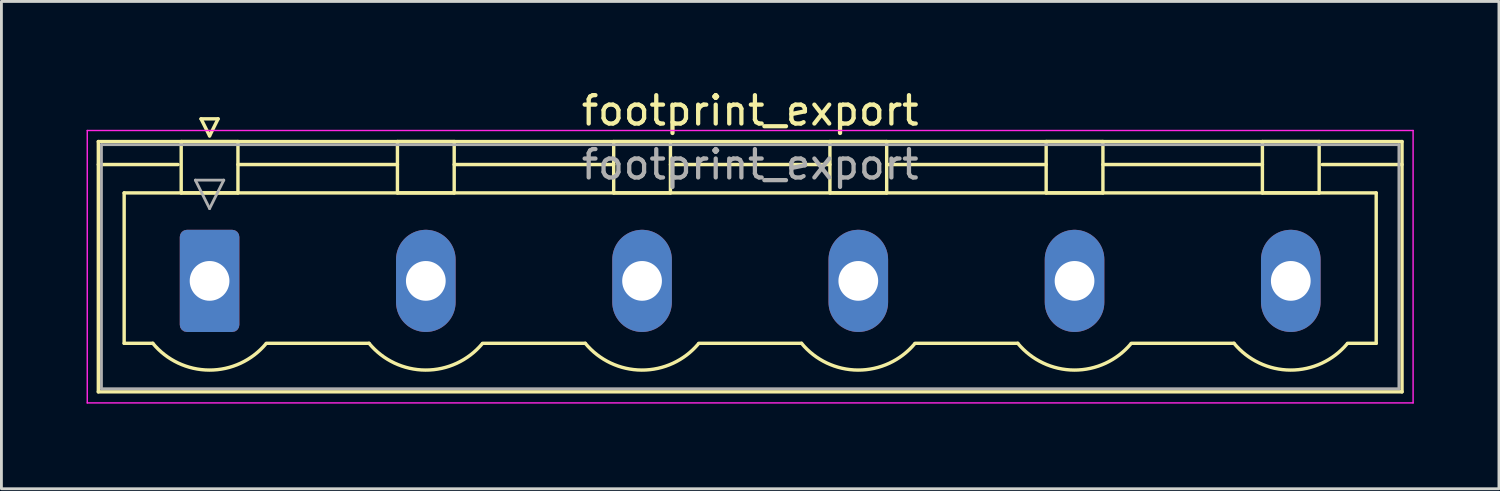
<source format=kicad_pcb>
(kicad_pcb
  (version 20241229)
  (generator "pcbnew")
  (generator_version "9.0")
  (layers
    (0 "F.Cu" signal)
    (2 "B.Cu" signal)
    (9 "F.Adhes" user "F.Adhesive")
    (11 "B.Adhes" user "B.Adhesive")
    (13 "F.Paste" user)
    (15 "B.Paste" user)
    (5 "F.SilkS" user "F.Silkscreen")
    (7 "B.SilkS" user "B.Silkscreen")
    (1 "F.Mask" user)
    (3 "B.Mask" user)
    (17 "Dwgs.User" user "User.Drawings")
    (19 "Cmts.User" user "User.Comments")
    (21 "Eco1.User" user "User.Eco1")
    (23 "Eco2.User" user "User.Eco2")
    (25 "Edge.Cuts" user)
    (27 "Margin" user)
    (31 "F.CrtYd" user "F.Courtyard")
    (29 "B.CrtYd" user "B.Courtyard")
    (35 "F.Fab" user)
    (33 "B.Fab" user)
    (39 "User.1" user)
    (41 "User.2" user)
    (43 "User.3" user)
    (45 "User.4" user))
  (footprint "footprint_export"
    (layer "F.Cu")
    (at 4.335 6.848)
    (property "Reference" "footprint_export" (at 19.05 -6 0) (layer "F.SilkS") (effects (font (size 1 1) (thickness 0.15))))
    (attr through_hole)
    (fp_line (start -3.92 -4.91) (end -3.92 3.91) (stroke (width 0.12) (type solid)) (layer "F.SilkS"))
    (fp_line (start -3.92 -4.1) (end -1.11 -4.1) (stroke (width 0.12) (type solid)) (layer "F.SilkS"))
    (fp_line (start -3.92 3.91) (end 42.02 3.91) (stroke (width 0.12) (type solid)) (layer "F.SilkS"))
    (fp_line (start -3.01 -3.1) (end 41.11 -3.1) (stroke (width 0.12) (type solid)) (layer "F.SilkS"))
    (fp_line (start -3.01 2.2) (end -3.01 -3.1) (stroke (width 0.12) (type solid)) (layer "F.SilkS"))
    (fp_line (start -2 2.2) (end -3.01 2.2) (stroke (width 0.12) (type solid)) (layer "F.SilkS"))
    (fp_line (start -1 -4.91) (end 1 -4.91) (stroke (width 0.12) (type solid)) (layer "F.SilkS"))
    (fp_line (start -1 -3.1) (end -1 -4.91) (stroke (width 0.12) (type solid)) (layer "F.SilkS"))
    (fp_line (start -0.3 -5.71) (end 0.3 -5.71) (stroke (width 0.12) (type solid)) (layer "F.SilkS"))
    (fp_line (start 0 -5.11) (end -0.3 -5.71) (stroke (width 0.12) (type solid)) (layer "F.SilkS"))
    (fp_line (start 0.3 -5.71) (end 0 -5.11) (stroke (width 0.12) (type solid)) (layer "F.SilkS"))
    (fp_line (start 1 -4.91) (end 1 -3.1) (stroke (width 0.12) (type solid)) (layer "F.SilkS"))
    (fp_line (start 1 -4.1) (end 6.62 -4.1) (stroke (width 0.12) (type solid)) (layer "F.SilkS"))
    (fp_line (start 1 -3.1) (end -1 -3.1) (stroke (width 0.12) (type solid)) (layer "F.SilkS"))
    (fp_line (start 2 2.2) (end 5.62 2.2) (stroke (width 0.12) (type solid)) (layer "F.SilkS"))
    (fp_line (start 6.62 -4.91) (end 8.62 -4.91) (stroke (width 0.12) (type solid)) (layer "F.SilkS"))
    (fp_line (start 6.62 -3.1) (end 6.62 -4.91) (stroke (width 0.12) (type solid)) (layer "F.SilkS"))
    (fp_line (start 8.62 -4.91) (end 8.62 -3.1) (stroke (width 0.12) (type solid)) (layer "F.SilkS"))
    (fp_line (start 8.62 -4.1) (end 14.24 -4.1) (stroke (width 0.12) (type solid)) (layer "F.SilkS"))
    (fp_line (start 8.62 -3.1) (end 6.62 -3.1) (stroke (width 0.12) (type solid)) (layer "F.SilkS"))
    (fp_line (start 9.62 2.2) (end 13.24 2.2) (stroke (width 0.12) (type solid)) (layer "F.SilkS"))
    (fp_line (start 14.24 -4.91) (end 16.24 -4.91) (stroke (width 0.12) (type solid)) (layer "F.SilkS"))
    (fp_line (start 14.24 -3.1) (end 14.24 -4.91) (stroke (width 0.12) (type solid)) (layer "F.SilkS"))
    (fp_line (start 16.24 -4.91) (end 16.24 -3.1) (stroke (width 0.12) (type solid)) (layer "F.SilkS"))
    (fp_line (start 16.24 -4.1) (end 21.86 -4.1) (stroke (width 0.12) (type solid)) (layer "F.SilkS"))
    (fp_line (start 16.24 -3.1) (end 14.24 -3.1) (stroke (width 0.12) (type solid)) (layer "F.SilkS"))
    (fp_line (start 17.24 2.2) (end 20.86 2.2) (stroke (width 0.12) (type solid)) (layer "F.SilkS"))
    (fp_line (start 21.86 -4.91) (end 23.86 -4.91) (stroke (width 0.12) (type solid)) (layer "F.SilkS"))
    (fp_line (start 21.86 -3.1) (end 21.86 -4.91) (stroke (width 0.12) (type solid)) (layer "F.SilkS"))
    (fp_line (start 23.86 -4.91) (end 23.86 -3.1) (stroke (width 0.12) (type solid)) (layer "F.SilkS"))
    (fp_line (start 23.86 -4.1) (end 29.48 -4.1) (stroke (width 0.12) (type solid)) (layer "F.SilkS"))
    (fp_line (start 23.86 -3.1) (end 21.86 -3.1) (stroke (width 0.12) (type solid)) (layer "F.SilkS"))
    (fp_line (start 24.86 2.2) (end 28.48 2.2) (stroke (width 0.12) (type solid)) (layer "F.SilkS"))
    (fp_line (start 29.48 -4.91) (end 31.48 -4.91) (stroke (width 0.12) (type solid)) (layer "F.SilkS"))
    (fp_line (start 29.48 -3.1) (end 29.48 -4.91) (stroke (width 0.12) (type solid)) (layer "F.SilkS"))
    (fp_line (start 31.48 -4.91) (end 31.48 -3.1) (stroke (width 0.12) (type solid)) (layer "F.SilkS"))
    (fp_line (start 31.48 -4.1) (end 37.1 -4.1) (stroke (width 0.12) (type solid)) (layer "F.SilkS"))
    (fp_line (start 31.48 -3.1) (end 29.48 -3.1) (stroke (width 0.12) (type solid)) (layer "F.SilkS"))
    (fp_line (start 32.48 2.2) (end 36.1 2.2) (stroke (width 0.12) (type solid)) (layer "F.SilkS"))
    (fp_line (start 37.1 -4.91) (end 39.1 -4.91) (stroke (width 0.12) (type solid)) (layer "F.SilkS"))
    (fp_line (start 37.1 -3.1) (end 37.1 -4.91) (stroke (width 0.12) (type solid)) (layer "F.SilkS"))
    (fp_line (start 39.1 -4.91) (end 39.1 -3.1) (stroke (width 0.12) (type solid)) (layer "F.SilkS"))
    (fp_line (start 39.1 -3.1) (end 37.1 -3.1) (stroke (width 0.12) (type solid)) (layer "F.SilkS"))
    (fp_line (start 41.11 -3.1) (end 41.11 2.2) (stroke (width 0.12) (type solid)) (layer "F.SilkS"))
    (fp_line (start 41.11 2.2) (end 40.1 2.2) (stroke (width 0.12) (type solid)) (layer "F.SilkS"))
    (fp_line (start 42.02 -4.91) (end -3.92 -4.91) (stroke (width 0.12) (type solid)) (layer "F.SilkS"))
    (fp_line (start 42.02 -4.1) (end 39.21 -4.1) (stroke (width 0.12) (type solid)) (layer "F.SilkS"))
    (fp_line (start 42.02 3.91) (end 42.02 -4.91) (stroke (width 0.12) (type solid)) (layer "F.SilkS"))
    (fp_arc (start 1.986842 2.215821) (mid -0.010289 3.142758) (end -2 2.2) (stroke (width 0.12) (type solid)) (layer "F.SilkS"))
    (fp_arc (start 9.606842 2.215821) (mid 7.609711 3.142758) (end 5.62 2.2) (stroke (width 0.12) (type solid)) (layer "F.SilkS"))
    (fp_arc (start 17.226842 2.215821) (mid 15.229711 3.142758) (end 13.24 2.2) (stroke (width 0.12) (type solid)) (layer "F.SilkS"))
    (fp_arc (start 24.846842 2.215821) (mid 22.849711 3.142758) (end 20.86 2.2) (stroke (width 0.12) (type solid)) (layer "F.SilkS"))
    (fp_arc (start 32.466842 2.215821) (mid 30.469711 3.142758) (end 28.48 2.2) (stroke (width 0.12) (type solid)) (layer "F.SilkS"))
    (fp_arc (start 40.086842 2.215821) (mid 38.089711 3.142758) (end 36.1 2.2) (stroke (width 0.12) (type solid)) (layer "F.SilkS"))
    (fp_line (start -4.31 -5.3) (end -4.31 4.3) (stroke (width 0.05) (type solid)) (layer "F.CrtYd"))
    (fp_line (start -4.31 4.3) (end 42.41 4.3) (stroke (width 0.05) (type solid)) (layer "F.CrtYd"))
    (fp_line (start 42.41 -5.3) (end -4.31 -5.3) (stroke (width 0.05) (type solid)) (layer "F.CrtYd"))
    (fp_line (start 42.41 4.3) (end 42.41 -5.3) (stroke (width 0.05) (type solid)) (layer "F.CrtYd"))
    (fp_line (start -3.81 -4.8) (end -3.81 3.8) (stroke (width 0.1) (type solid)) (layer "F.Fab"))
    (fp_line (start -3.81 3.8) (end 41.91 3.8) (stroke (width 0.1) (type solid)) (layer "F.Fab"))
    (fp_line (start -0.5 -3.55) (end 0.5 -3.55) (stroke (width 0.1) (type solid)) (layer "F.Fab"))
    (fp_line (start 0 -2.55) (end -0.5 -3.55) (stroke (width 0.1) (type solid)) (layer "F.Fab"))
    (fp_line (start 0.5 -3.55) (end 0 -2.55) (stroke (width 0.1) (type solid)) (layer "F.Fab"))
    (fp_line (start 41.91 -4.8) (end -3.81 -4.8) (stroke (width 0.1) (type solid)) (layer "F.Fab"))
    (fp_line (start 41.91 3.8) (end 41.91 -4.8) (stroke (width 0.1) (type solid)) (layer "F.Fab"))
    (fp_text user "${REFERENCE}" (at 19.05 -4.1 0) (layer "F.Fab") (effects (font (size 1 1) (thickness 0.15))))
    (pad "1" thru_hole roundrect (at 0 0) (size 2.1 3.6) (drill 1.4) (layers "*.Cu" "*.Mask") (roundrect_rratio 0.119))
    (pad "2" thru_hole oval (at 7.62 0) (size 2.1 3.6) (drill 1.4) (layers "*.Cu" "*.Mask"))
    (pad "3" thru_hole oval (at 15.24 0) (size 2.1 3.6) (drill 1.4) (layers "*.Cu" "*.Mask"))
    (pad "4" thru_hole oval (at 22.86 0) (size 2.1 3.6) (drill 1.4) (layers "*.Cu" "*.Mask"))
    (pad "5" thru_hole oval (at 30.48 0) (size 2.1 3.6) (drill 1.4) (layers "*.Cu" "*.Mask"))
    (pad "6" thru_hole oval (at 38.1 0) (size 2.1 3.6) (drill 1.4) (layers "*.Cu" "*.Mask")))
  (gr_rect
    (start -3 -3)
    (end 49.77 14.173)
    (stroke (width 0.1) (type default))
    (fill no)
    (layer "Edge.Cuts")))
</source>
